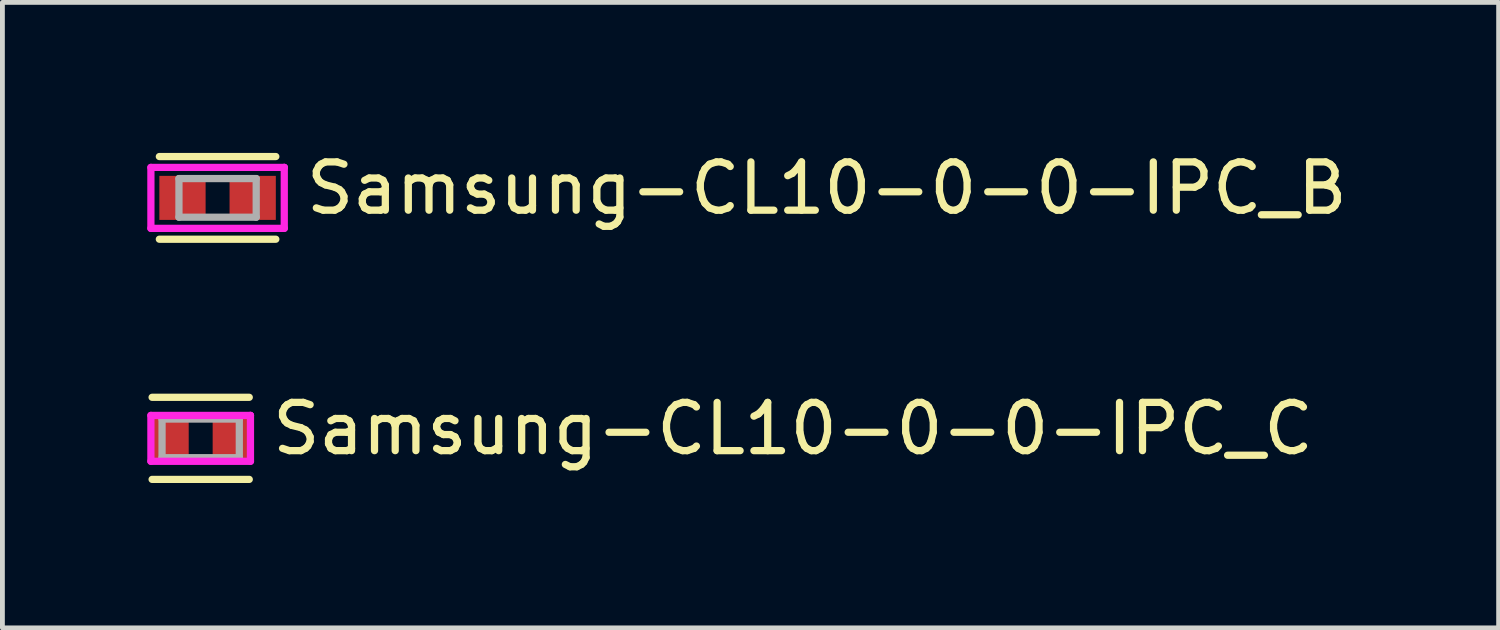
<source format=kicad_pcb>
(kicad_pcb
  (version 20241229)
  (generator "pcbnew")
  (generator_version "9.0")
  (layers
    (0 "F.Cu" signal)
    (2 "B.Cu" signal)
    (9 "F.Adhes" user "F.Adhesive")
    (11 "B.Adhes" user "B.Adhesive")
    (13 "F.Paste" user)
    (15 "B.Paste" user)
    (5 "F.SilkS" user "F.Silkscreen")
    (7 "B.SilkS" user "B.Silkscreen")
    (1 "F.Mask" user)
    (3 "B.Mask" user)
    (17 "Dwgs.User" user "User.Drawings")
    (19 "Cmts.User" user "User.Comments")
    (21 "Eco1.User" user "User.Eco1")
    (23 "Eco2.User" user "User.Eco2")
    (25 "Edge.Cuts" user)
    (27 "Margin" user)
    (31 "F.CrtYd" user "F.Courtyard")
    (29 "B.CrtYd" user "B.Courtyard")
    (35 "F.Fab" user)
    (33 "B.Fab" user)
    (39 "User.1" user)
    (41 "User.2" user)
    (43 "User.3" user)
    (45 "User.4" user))
  (footprint "Samsung-CL10-0-0-IPC_B"
    (layer "F.Cu")
    (at 1.456 1.048)
    (property "Reference" "Samsung-CL10-0-0-IPC_B" (at 1.756 -0.2 0) (layer "F.SilkS") (effects (font (size 1 1) (thickness 0.15)) (justify left)))
    (attr through_hole)
    (fp_line (start -1.206 -0.856) (end 1.206 -0.856) (stroke (width 0.15) (type solid)) (layer "F.SilkS"))
    (fp_line (start -1.206 0.856) (end 1.206 0.856) (stroke (width 0.15) (type solid)) (layer "F.SilkS"))
    (fp_line (start -1.381 -0.631) (end -1.381 0.631) (stroke (width 0.15) (type solid)) (layer "F.CrtYd"))
    (fp_line (start -1.381 0.631) (end 1.381 0.631) (stroke (width 0.15) (type solid)) (layer "F.CrtYd"))
    (fp_line (start 1.381 -0.631) (end -1.381 -0.631) (stroke (width 0.15) (type solid)) (layer "F.CrtYd"))
    (fp_line (start 1.381 -0.631) (end 1.381 -0.631) (stroke (width 0.15) (type solid)) (layer "F.CrtYd"))
    (fp_line (start 1.381 0.631) (end 1.381 -0.631) (stroke (width 0.15) (type solid)) (layer "F.CrtYd"))
    (fp_line (start -0.8 -0.4) (end 0.8 -0.4) (stroke (width 0.15) (type solid)) (layer "F.Fab"))
    (fp_line (start -0.8 0.4) (end -0.8 -0.4) (stroke (width 0.15) (type solid)) (layer "F.Fab"))
    (fp_line (start 0.8 -0.4) (end 0.8 0.4) (stroke (width 0.15) (type solid)) (layer "F.Fab"))
    (fp_line (start 0.8 0.4) (end -0.8 0.4) (stroke (width 0.15) (type solid)) (layer "F.Fab"))
    (pad "1" smd rect (at -0.727 0) (size 0.958 0.912) (layers "F.Cu" "F.Mask" "F.Paste"))
    (pad "2" smd rect (at 0.727 0) (size 0.958 0.912) (layers "F.Cu" "F.Mask" "F.Paste")))
  (footprint "Samsung-CL10-0-0-IPC_C"
    (layer "F.Cu")
    (at 1.106 6.028)
    (property "Reference" "Samsung-CL10-0-0-IPC_C" (at 1.406 -0.2 0) (layer "F.SilkS") (effects (font (size 1 1) (thickness 0.15)) (justify left)))
    (attr through_hole)
    (fp_line (start -1.006 -0.85) (end 1.006 -0.85) (stroke (width 0.15) (type solid)) (layer "F.SilkS"))
    (fp_line (start -1.006 0.85) (end 1.006 0.85) (stroke (width 0.15) (type solid)) (layer "F.SilkS"))
    (fp_line (start -1.031 -0.475) (end -1.031 0.475) (stroke (width 0.15) (type solid)) (layer "F.CrtYd"))
    (fp_line (start -1.031 0.475) (end 1.031 0.475) (stroke (width 0.15) (type solid)) (layer "F.CrtYd"))
    (fp_line (start 1.031 -0.475) (end -1.031 -0.475) (stroke (width 0.15) (type solid)) (layer "F.CrtYd"))
    (fp_line (start 1.031 -0.475) (end 1.031 -0.475) (stroke (width 0.15) (type solid)) (layer "F.CrtYd"))
    (fp_line (start 1.031 0.475) (end 1.031 -0.475) (stroke (width 0.15) (type solid)) (layer "F.CrtYd"))
    (fp_line (start -0.8 -0.4) (end 0.8 -0.4) (stroke (width 0.15) (type solid)) (layer "F.Fab"))
    (fp_line (start -0.8 0.4) (end -0.8 -0.4) (stroke (width 0.15) (type solid)) (layer "F.Fab"))
    (fp_line (start 0.8 -0.4) (end 0.8 0.4) (stroke (width 0.15) (type solid)) (layer "F.Fab"))
    (fp_line (start 0.8 0.4) (end -0.8 0.4) (stroke (width 0.15) (type solid)) (layer "F.Fab"))
    (pad "1" smd rect (at -0.627 0) (size 0.758 0.812) (layers "F.Cu" "F.Mask" "F.Paste"))
    (pad "2" smd rect (at 0.627 0) (size 0.758 0.812) (layers "F.Cu" "F.Mask" "F.Paste")))
  (gr_rect
    (start -3 -3)
    (end 27.986 9.953)
    (stroke (width 0.1) (type default))
    (fill no)
    (layer "Edge.Cuts")))
</source>
